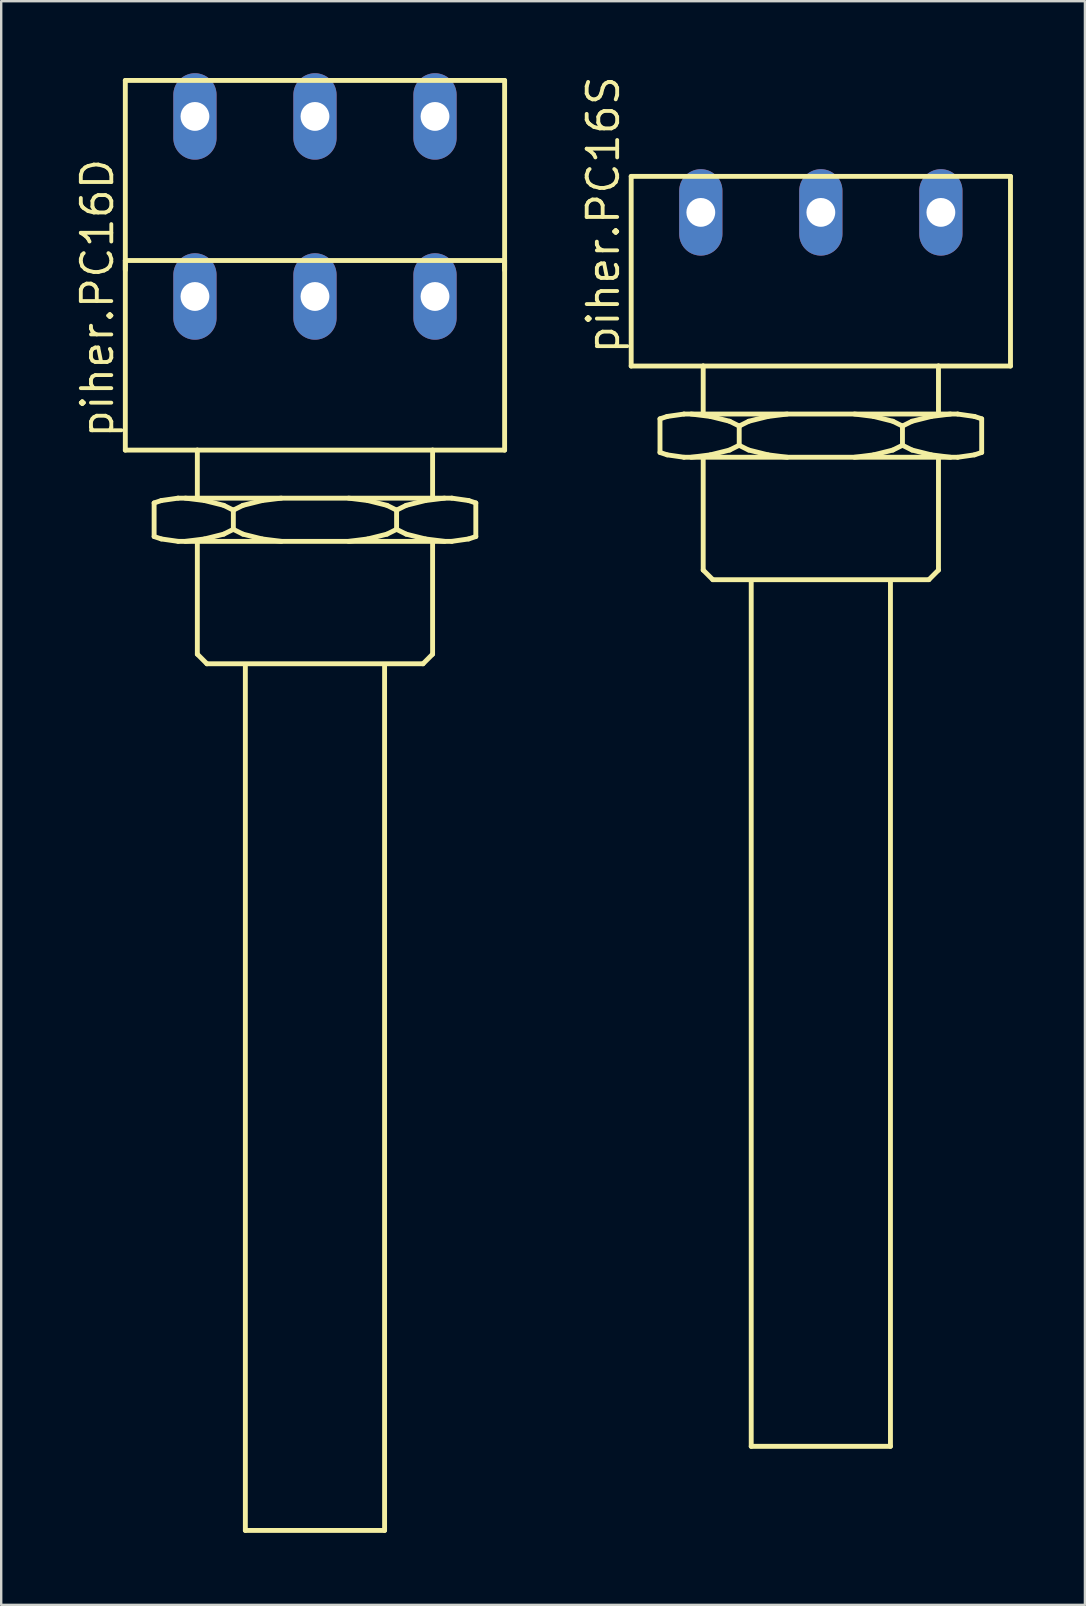
<source format=kicad_pcb>
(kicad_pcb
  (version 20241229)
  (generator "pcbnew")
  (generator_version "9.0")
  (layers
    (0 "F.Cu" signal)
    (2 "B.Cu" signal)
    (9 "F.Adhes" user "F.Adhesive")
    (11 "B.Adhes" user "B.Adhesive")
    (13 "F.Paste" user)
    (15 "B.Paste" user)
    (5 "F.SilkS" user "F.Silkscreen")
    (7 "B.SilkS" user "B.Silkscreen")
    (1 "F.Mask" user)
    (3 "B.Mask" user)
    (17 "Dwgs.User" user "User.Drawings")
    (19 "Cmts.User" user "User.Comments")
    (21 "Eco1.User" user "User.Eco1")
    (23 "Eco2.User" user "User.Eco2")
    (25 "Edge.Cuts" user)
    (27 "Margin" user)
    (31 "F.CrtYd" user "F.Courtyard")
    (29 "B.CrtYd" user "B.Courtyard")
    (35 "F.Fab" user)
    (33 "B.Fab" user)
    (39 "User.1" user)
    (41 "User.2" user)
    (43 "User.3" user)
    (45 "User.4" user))
  (footprint "piher.PC16D"
    (layer "F.Cu")
    (at 10.07 15.8)
    (property "Reference" "piher.PC16D" (at -8.32 -0.52 90) (layer "F.SilkS") (effects (font (size 1.27 1.27) (thickness 0.16)) (justify left bottom)))
    (attr through_hole)
    (fp_line (start -7.9 -15.5) (end -7.9 -7.6) (stroke (width 0.203) (type default)) (layer "F.SilkS"))
    (fp_line (start -7.9 -15.5) (end 7.9 -15.5) (stroke (width 0.203) (type default)) (layer "F.SilkS"))
    (fp_line (start -7.9 -8) (end -7.9 -0.1) (stroke (width 0.203) (type default)) (layer "F.SilkS"))
    (fp_line (start -7.9 -8) (end 7.9 -8) (stroke (width 0.203) (type default)) (layer "F.SilkS"))
    (fp_line (start -7.9 -0.1) (end -4.9 -0.1) (stroke (width 0.203) (type default)) (layer "F.SilkS"))
    (fp_line (start -6.7 2.1) (end -6.4 2) (stroke (width 0.203) (type default)) (layer "F.SilkS"))
    (fp_line (start -6.7 3.5) (end -6.7 2.1) (stroke (width 0.203) (type default)) (layer "F.SilkS"))
    (fp_line (start -6.4 2) (end -5.7 1.9) (stroke (width 0.203) (type default)) (layer "F.SilkS"))
    (fp_line (start -6.4 3.6) (end -6.7 3.5) (stroke (width 0.203) (type default)) (layer "F.SilkS"))
    (fp_line (start -5.7 1.9) (end -4.9 1.9) (stroke (width 0.203) (type default)) (layer "F.SilkS"))
    (fp_line (start -5.7 3.7) (end -6.4 3.6) (stroke (width 0.203) (type default)) (layer "F.SilkS"))
    (fp_line (start -4.9 -0.1) (end -4.9 1.9) (stroke (width 0.203) (type default)) (layer "F.SilkS"))
    (fp_line (start -4.9 -0.1) (end 4.9 -0.1) (stroke (width 0.203) (type default)) (layer "F.SilkS"))
    (fp_line (start -4.9 1.9) (end 4.9 1.9) (stroke (width 0.203) (type default)) (layer "F.SilkS"))
    (fp_line (start -4.9 3.7) (end -5.7 3.7) (stroke (width 0.203) (type default)) (layer "F.SilkS"))
    (fp_line (start -4.9 3.7) (end -4.9 8.4) (stroke (width 0.203) (type default)) (layer "F.SilkS"))
    (fp_line (start -4.9 8.4) (end -4.5 8.8) (stroke (width 0.203) (type default)) (layer "F.SilkS"))
    (fp_line (start -4.6 2) (end -5.4 1.9) (stroke (width 0.203) (type default)) (layer "F.SilkS"))
    (fp_line (start -4.6 3.6) (end -5.4 3.7) (stroke (width 0.203) (type default)) (layer "F.SilkS"))
    (fp_line (start -4.5 8.8) (end 4.5 8.8) (stroke (width 0.203) (type default)) (layer "F.SilkS"))
    (fp_line (start -3.8 2.2) (end -4.6 2) (stroke (width 0.203) (type default)) (layer "F.SilkS"))
    (fp_line (start -3.8 3.4) (end -4.6 3.6) (stroke (width 0.203) (type default)) (layer "F.SilkS"))
    (fp_line (start -3.4 2.4) (end -3.8 2.2) (stroke (width 0.203) (type default)) (layer "F.SilkS"))
    (fp_line (start -3.4 2.4) (end -3.4 3.2) (stroke (width 0.203) (type default)) (layer "F.SilkS"))
    (fp_line (start -3.4 2.4) (end -3 2.2) (stroke (width 0.203) (type default)) (layer "F.SilkS"))
    (fp_line (start -3.4 3.2) (end -3.8 3.4) (stroke (width 0.203) (type default)) (layer "F.SilkS"))
    (fp_line (start -3.4 3.2) (end -3 3.4) (stroke (width 0.203) (type default)) (layer "F.SilkS"))
    (fp_line (start -3 2.2) (end -2.2 2) (stroke (width 0.203) (type default)) (layer "F.SilkS"))
    (fp_line (start -3 3.4) (end -2.2 3.6) (stroke (width 0.203) (type default)) (layer "F.SilkS"))
    (fp_line (start -2.9 8.9) (end -2.9 44.9) (stroke (width 0.203) (type default)) (layer "F.SilkS"))
    (fp_line (start -2.9 44.9) (end 2.9 44.9) (stroke (width 0.203) (type default)) (layer "F.SilkS"))
    (fp_line (start -2.2 2) (end -1.4 1.9) (stroke (width 0.203) (type default)) (layer "F.SilkS"))
    (fp_line (start -2.2 3.6) (end -1.4 3.7) (stroke (width 0.203) (type default)) (layer "F.SilkS"))
    (fp_line (start 2.2 2) (end 1.4 1.9) (stroke (width 0.203) (type default)) (layer "F.SilkS"))
    (fp_line (start 2.2 3.6) (end 1.4 3.7) (stroke (width 0.203) (type default)) (layer "F.SilkS"))
    (fp_line (start 2.9 8.9) (end 2.9 44.9) (stroke (width 0.203) (type default)) (layer "F.SilkS"))
    (fp_line (start 3 2.2) (end 2.2 2) (stroke (width 0.203) (type default)) (layer "F.SilkS"))
    (fp_line (start 3 3.4) (end 2.2 3.6) (stroke (width 0.203) (type default)) (layer "F.SilkS"))
    (fp_line (start 3.4 2.4) (end 3 2.2) (stroke (width 0.203) (type default)) (layer "F.SilkS"))
    (fp_line (start 3.4 2.4) (end 3.4 3.2) (stroke (width 0.203) (type default)) (layer "F.SilkS"))
    (fp_line (start 3.4 2.4) (end 3.8 2.2) (stroke (width 0.203) (type default)) (layer "F.SilkS"))
    (fp_line (start 3.4 3.2) (end 3 3.4) (stroke (width 0.203) (type default)) (layer "F.SilkS"))
    (fp_line (start 3.4 3.2) (end 3.8 3.4) (stroke (width 0.203) (type default)) (layer "F.SilkS"))
    (fp_line (start 3.8 2.2) (end 4.6 2) (stroke (width 0.203) (type default)) (layer "F.SilkS"))
    (fp_line (start 3.8 3.4) (end 4.6 3.6) (stroke (width 0.203) (type default)) (layer "F.SilkS"))
    (fp_line (start 4.5 8.8) (end 4.9 8.4) (stroke (width 0.203) (type default)) (layer "F.SilkS"))
    (fp_line (start 4.6 2) (end 5.4 1.9) (stroke (width 0.203) (type default)) (layer "F.SilkS"))
    (fp_line (start 4.6 3.6) (end 5.4 3.7) (stroke (width 0.203) (type default)) (layer "F.SilkS"))
    (fp_line (start 4.9 -0.1) (end 4.9 1.9) (stroke (width 0.203) (type default)) (layer "F.SilkS"))
    (fp_line (start 4.9 -0.1) (end 7.9 -0.1) (stroke (width 0.203) (type default)) (layer "F.SilkS"))
    (fp_line (start 4.9 1.9) (end 5.7 1.9) (stroke (width 0.203) (type default)) (layer "F.SilkS"))
    (fp_line (start 4.9 3.7) (end -4.9 3.7) (stroke (width 0.203) (type default)) (layer "F.SilkS"))
    (fp_line (start 4.9 3.7) (end 4.9 8.4) (stroke (width 0.203) (type default)) (layer "F.SilkS"))
    (fp_line (start 5.7 1.9) (end 6.4 2) (stroke (width 0.203) (type default)) (layer "F.SilkS"))
    (fp_line (start 5.7 3.7) (end 4.9 3.7) (stroke (width 0.203) (type default)) (layer "F.SilkS"))
    (fp_line (start 6.4 2) (end 6.7 2.1) (stroke (width 0.203) (type default)) (layer "F.SilkS"))
    (fp_line (start 6.4 3.6) (end 5.7 3.7) (stroke (width 0.203) (type default)) (layer "F.SilkS"))
    (fp_line (start 6.7 2.1) (end 6.7 3.5) (stroke (width 0.203) (type default)) (layer "F.SilkS"))
    (fp_line (start 6.7 3.5) (end 6.4 3.6) (stroke (width 0.203) (type default)) (layer "F.SilkS"))
    (fp_line (start 7.9 -7.6) (end 7.9 -15.5) (stroke (width 0.203) (type default)) (layer "F.SilkS"))
    (fp_line (start 7.9 -0.1) (end 7.9 -8) (stroke (width 0.203) (type default)) (layer "F.SilkS"))
    (pad "1A" thru_hole oval (at -5 -6.5 90) (size 3.6 1.8) (drill 1.2) (layers "*.Cu" "*.Mask"))
    (pad "1E" thru_hole oval (at 5 -6.5 90) (size 3.6 1.8) (drill 1.2) (layers "*.Cu" "*.Mask"))
    (pad "1S" thru_hole oval (at 0 -6.5 90) (size 3.6 1.8) (drill 1.2) (layers "*.Cu" "*.Mask"))
    (pad "2A" thru_hole oval (at -5 -14 90) (size 3.6 1.8) (drill 1.2) (layers "*.Cu" "*.Mask"))
    (pad "2E" thru_hole oval (at 5 -14 90) (size 3.6 1.8) (drill 1.2) (layers "*.Cu" "*.Mask"))
    (pad "2S" thru_hole oval (at 0 -14 90) (size 3.6 1.8) (drill 1.2) (layers "*.Cu" "*.Mask")))
  (footprint "piher.PC16S"
    (layer "F.Cu")
    (at 31.142 12.297)
    (property "Reference" "piher.PC16S" (at -8.32 -0.52 90) (layer "F.SilkS") (effects (font (size 1.27 1.27) (thickness 0.16)) (justify left bottom)))
    (attr through_hole)
    (fp_line (start -7.9 -8) (end -7.9 -0.1) (stroke (width 0.203) (type default)) (layer "F.SilkS"))
    (fp_line (start -7.9 -8) (end 7.9 -8) (stroke (width 0.203) (type default)) (layer "F.SilkS"))
    (fp_line (start -7.9 -0.1) (end -4.9 -0.1) (stroke (width 0.203) (type default)) (layer "F.SilkS"))
    (fp_line (start -6.7 2.1) (end -6.4 2) (stroke (width 0.203) (type default)) (layer "F.SilkS"))
    (fp_line (start -6.7 3.5) (end -6.7 2.1) (stroke (width 0.203) (type default)) (layer "F.SilkS"))
    (fp_line (start -6.4 2) (end -5.7 1.9) (stroke (width 0.203) (type default)) (layer "F.SilkS"))
    (fp_line (start -6.4 3.6) (end -6.7 3.5) (stroke (width 0.203) (type default)) (layer "F.SilkS"))
    (fp_line (start -5.7 1.9) (end -4.9 1.9) (stroke (width 0.203) (type default)) (layer "F.SilkS"))
    (fp_line (start -5.7 3.7) (end -6.4 3.6) (stroke (width 0.203) (type default)) (layer "F.SilkS"))
    (fp_line (start -4.9 -0.1) (end -4.9 1.9) (stroke (width 0.203) (type default)) (layer "F.SilkS"))
    (fp_line (start -4.9 -0.1) (end 4.9 -0.1) (stroke (width 0.203) (type default)) (layer "F.SilkS"))
    (fp_line (start -4.9 1.9) (end 4.9 1.9) (stroke (width 0.203) (type default)) (layer "F.SilkS"))
    (fp_line (start -4.9 3.7) (end -5.7 3.7) (stroke (width 0.203) (type default)) (layer "F.SilkS"))
    (fp_line (start -4.9 3.7) (end -4.9 8.4) (stroke (width 0.203) (type default)) (layer "F.SilkS"))
    (fp_line (start -4.9 8.4) (end -4.5 8.8) (stroke (width 0.203) (type default)) (layer "F.SilkS"))
    (fp_line (start -4.6 2) (end -5.4 1.9) (stroke (width 0.203) (type default)) (layer "F.SilkS"))
    (fp_line (start -4.6 3.6) (end -5.4 3.7) (stroke (width 0.203) (type default)) (layer "F.SilkS"))
    (fp_line (start -4.5 8.8) (end 4.5 8.8) (stroke (width 0.203) (type default)) (layer "F.SilkS"))
    (fp_line (start -3.8 2.2) (end -4.6 2) (stroke (width 0.203) (type default)) (layer "F.SilkS"))
    (fp_line (start -3.8 3.4) (end -4.6 3.6) (stroke (width 0.203) (type default)) (layer "F.SilkS"))
    (fp_line (start -3.407 3.2) (end -3.007 3.4) (stroke (width 0.203) (type default)) (layer "F.SilkS"))
    (fp_line (start -3.4 2.4) (end -3.8 2.2) (stroke (width 0.203) (type default)) (layer "F.SilkS"))
    (fp_line (start -3.4 2.4) (end -3.4 3.2) (stroke (width 0.203) (type default)) (layer "F.SilkS"))
    (fp_line (start -3.4 2.4) (end -3 2.2) (stroke (width 0.203) (type default)) (layer "F.SilkS"))
    (fp_line (start -3.4 3.2) (end -3.8 3.4) (stroke (width 0.203) (type default)) (layer "F.SilkS"))
    (fp_line (start -3 2.2) (end -2.2 2) (stroke (width 0.203) (type default)) (layer "F.SilkS"))
    (fp_line (start -3 3.4) (end -2.2 3.6) (stroke (width 0.203) (type default)) (layer "F.SilkS"))
    (fp_line (start -2.9 8.9) (end -2.9 44.9) (stroke (width 0.203) (type default)) (layer "F.SilkS"))
    (fp_line (start -2.9 44.9) (end 2.9 44.9) (stroke (width 0.203) (type default)) (layer "F.SilkS"))
    (fp_line (start -2.2 2) (end -1.4 1.9) (stroke (width 0.203) (type default)) (layer "F.SilkS"))
    (fp_line (start -2.2 3.6) (end -1.4 3.7) (stroke (width 0.203) (type default)) (layer "F.SilkS"))
    (fp_line (start 2.2 2) (end 1.4 1.9) (stroke (width 0.203) (type default)) (layer "F.SilkS"))
    (fp_line (start 2.2 3.6) (end 1.4 3.7) (stroke (width 0.203) (type default)) (layer "F.SilkS"))
    (fp_line (start 2.9 8.9) (end 2.9 44.9) (stroke (width 0.203) (type default)) (layer "F.SilkS"))
    (fp_line (start 3 2.2) (end 2.2 2) (stroke (width 0.203) (type default)) (layer "F.SilkS"))
    (fp_line (start 3 3.4) (end 2.2 3.6) (stroke (width 0.203) (type default)) (layer "F.SilkS"))
    (fp_line (start 3.4 2.4) (end 3 2.2) (stroke (width 0.203) (type default)) (layer "F.SilkS"))
    (fp_line (start 3.4 2.4) (end 3.4 3.2) (stroke (width 0.203) (type default)) (layer "F.SilkS"))
    (fp_line (start 3.4 2.4) (end 3.8 2.2) (stroke (width 0.203) (type default)) (layer "F.SilkS"))
    (fp_line (start 3.4 3.2) (end 3 3.4) (stroke (width 0.203) (type default)) (layer "F.SilkS"))
    (fp_line (start 3.4 3.2) (end 3.8 3.4) (stroke (width 0.203) (type default)) (layer "F.SilkS"))
    (fp_line (start 3.8 2.2) (end 4.6 2) (stroke (width 0.203) (type default)) (layer "F.SilkS"))
    (fp_line (start 3.8 3.4) (end 4.6 3.6) (stroke (width 0.203) (type default)) (layer "F.SilkS"))
    (fp_line (start 4.5 8.8) (end 4.9 8.4) (stroke (width 0.203) (type default)) (layer "F.SilkS"))
    (fp_line (start 4.6 2) (end 5.4 1.9) (stroke (width 0.203) (type default)) (layer "F.SilkS"))
    (fp_line (start 4.6 3.6) (end 5.4 3.7) (stroke (width 0.203) (type default)) (layer "F.SilkS"))
    (fp_line (start 4.9 -0.1) (end 4.9 1.9) (stroke (width 0.203) (type default)) (layer "F.SilkS"))
    (fp_line (start 4.9 -0.1) (end 7.9 -0.1) (stroke (width 0.203) (type default)) (layer "F.SilkS"))
    (fp_line (start 4.9 1.9) (end 5.7 1.9) (stroke (width 0.203) (type default)) (layer "F.SilkS"))
    (fp_line (start 4.9 3.7) (end -4.9 3.7) (stroke (width 0.203) (type default)) (layer "F.SilkS"))
    (fp_line (start 4.9 3.7) (end 4.9 8.4) (stroke (width 0.203) (type default)) (layer "F.SilkS"))
    (fp_line (start 5.7 1.9) (end 6.4 2) (stroke (width 0.203) (type default)) (layer "F.SilkS"))
    (fp_line (start 5.7 3.7) (end 4.9 3.7) (stroke (width 0.203) (type default)) (layer "F.SilkS"))
    (fp_line (start 6.4 2) (end 6.7 2.1) (stroke (width 0.203) (type default)) (layer "F.SilkS"))
    (fp_line (start 6.4 3.6) (end 5.7 3.7) (stroke (width 0.203) (type default)) (layer "F.SilkS"))
    (fp_line (start 6.7 2.1) (end 6.7 3.5) (stroke (width 0.203) (type default)) (layer "F.SilkS"))
    (fp_line (start 6.7 3.5) (end 6.4 3.6) (stroke (width 0.203) (type default)) (layer "F.SilkS"))
    (fp_line (start 7.9 -0.1) (end 7.9 -8) (stroke (width 0.203) (type default)) (layer "F.SilkS"))
    (pad "1A" thru_hole oval (at -5 -6.5 90) (size 3.6 1.8) (drill 1.2) (layers "*.Cu" "*.Mask"))
    (pad "1E" thru_hole oval (at 5 -6.5 90) (size 3.6 1.8) (drill 1.2) (layers "*.Cu" "*.Mask"))
    (pad "1S" thru_hole oval (at 0 -6.5 90) (size 3.6 1.8) (drill 1.2) (layers "*.Cu" "*.Mask")))
  (gr_rect
    (start -3 -3)
    (end 42.143 63.802)
    (stroke (width 0.1) (type default))
    (fill no)
    (layer "Edge.Cuts")))
</source>
